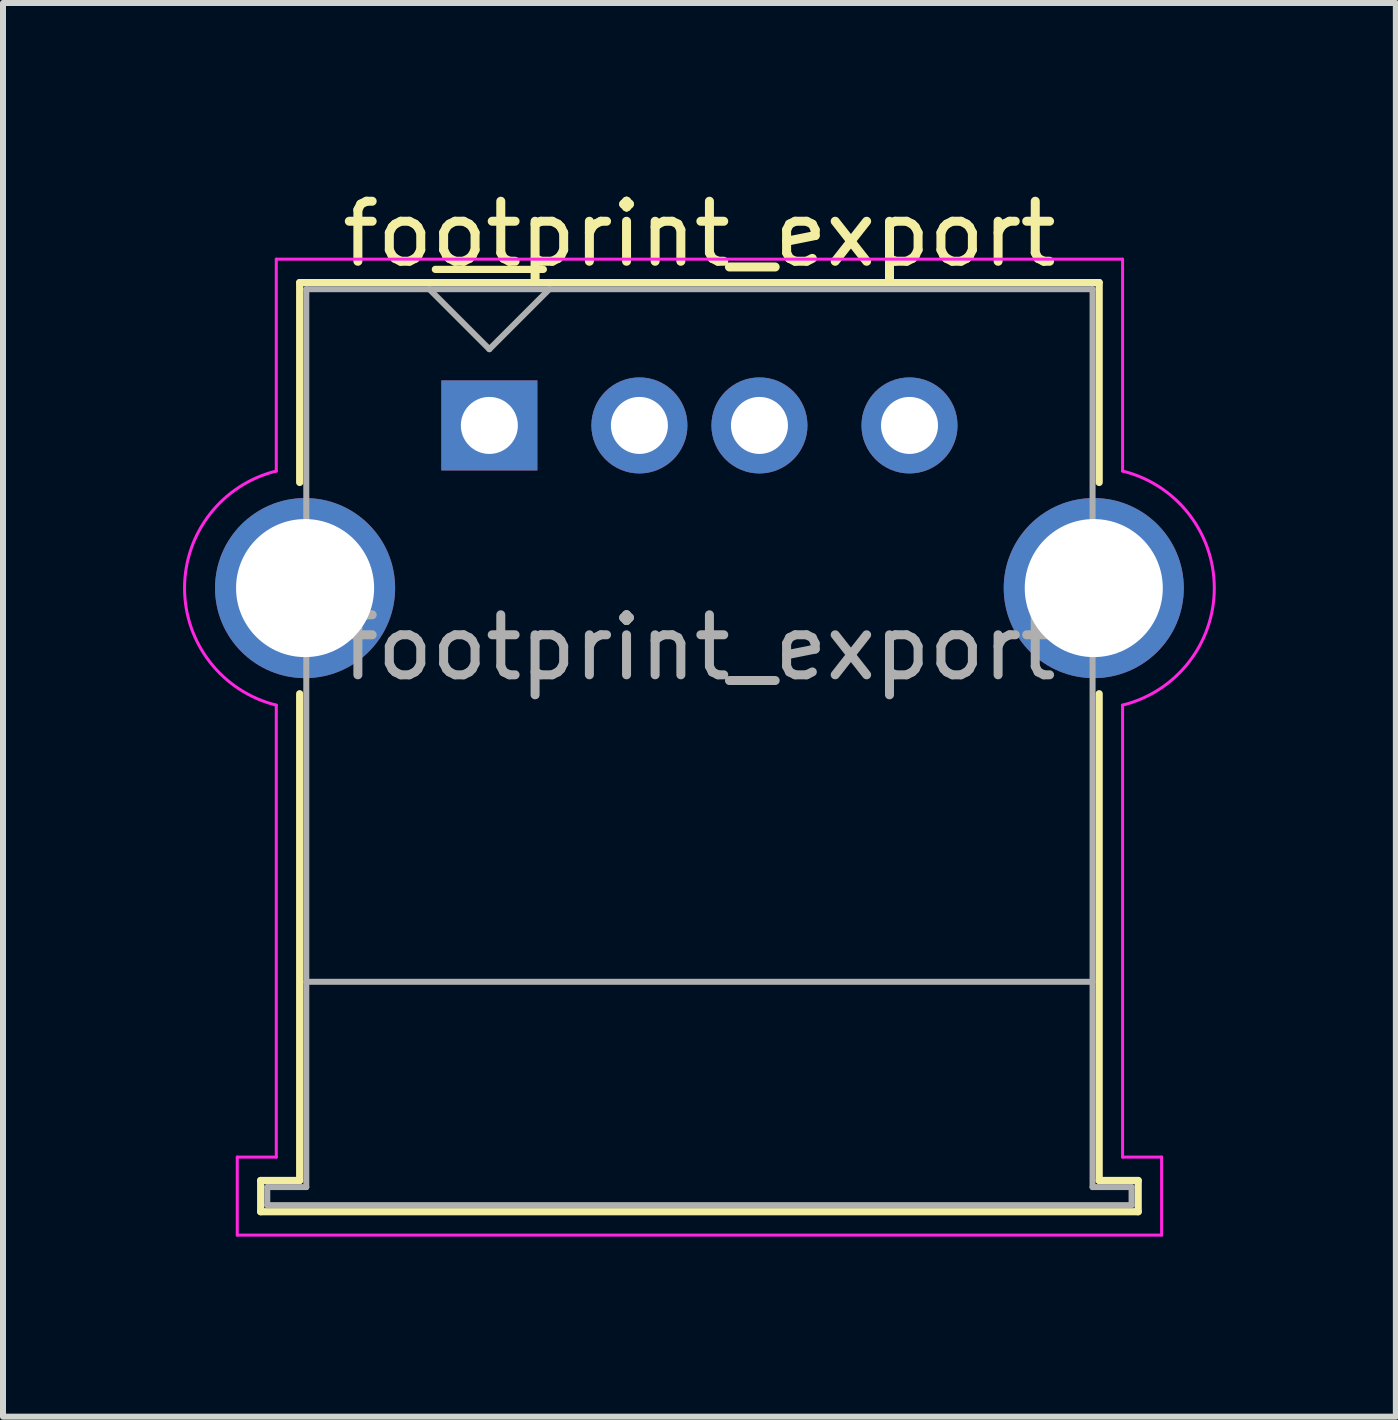
<source format=kicad_pcb>
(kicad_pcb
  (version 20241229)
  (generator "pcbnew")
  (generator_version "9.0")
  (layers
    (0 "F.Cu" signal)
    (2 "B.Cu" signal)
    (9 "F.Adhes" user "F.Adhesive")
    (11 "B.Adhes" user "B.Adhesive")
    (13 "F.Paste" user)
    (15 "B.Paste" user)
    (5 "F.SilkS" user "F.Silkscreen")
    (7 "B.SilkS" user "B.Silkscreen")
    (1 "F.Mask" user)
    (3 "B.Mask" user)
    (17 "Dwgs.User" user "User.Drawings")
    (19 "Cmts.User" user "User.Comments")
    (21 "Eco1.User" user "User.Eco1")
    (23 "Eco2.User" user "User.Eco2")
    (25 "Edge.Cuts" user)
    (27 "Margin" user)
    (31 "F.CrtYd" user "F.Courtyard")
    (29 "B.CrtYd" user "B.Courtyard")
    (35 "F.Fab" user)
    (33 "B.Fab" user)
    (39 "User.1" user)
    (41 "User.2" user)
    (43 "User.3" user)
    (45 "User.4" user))
  (footprint "footprint_export"
    (layer "F.Cu")
    (at 5.103 4.038)
    (property "Reference" "footprint_export" (at 3.5 -3.19 0) (layer "F.SilkS") (effects (font (size 1 1) (thickness 0.15))))
    (attr through_hole)
    (fp_line (start -3.81 12.58) (end -3.81 13.1) (stroke (width 0.12) (type solid)) (layer "F.SilkS"))
    (fp_line (start -3.81 13.1) (end 10.81 13.1) (stroke (width 0.12) (type solid)) (layer "F.SilkS"))
    (fp_line (start -3.16 -2.38) (end -3.16 0.95) (stroke (width 0.12) (type solid)) (layer "F.SilkS"))
    (fp_line (start -3.16 -2.38) (end 10.16 -2.38) (stroke (width 0.12) (type solid)) (layer "F.SilkS"))
    (fp_line (start -3.16 12.58) (end -3.81 12.58) (stroke (width 0.12) (type solid)) (layer "F.SilkS"))
    (fp_line (start -3.16 12.58) (end -3.16 4.47) (stroke (width 0.12) (type solid)) (layer "F.SilkS"))
    (fp_line (start -0.9 -2.6) (end 0.9 -2.6) (stroke (width 0.12) (type solid)) (layer "F.SilkS"))
    (fp_line (start 10.16 -2.38) (end 10.16 0.95) (stroke (width 0.12) (type solid)) (layer "F.SilkS"))
    (fp_line (start 10.16 4.47) (end 10.16 12.58) (stroke (width 0.12) (type solid)) (layer "F.SilkS"))
    (fp_line (start 10.81 12.58) (end 10.16 12.58) (stroke (width 0.12) (type solid)) (layer "F.SilkS"))
    (fp_line (start 10.81 13.1) (end 10.81 12.58) (stroke (width 0.12) (type solid)) (layer "F.SilkS"))
    (fp_line (start -4.2 12.19) (end -3.55 12.19) (stroke (width 0.05) (type solid)) (layer "F.CrtYd"))
    (fp_line (start -4.2 13.49) (end -4.2 12.19) (stroke (width 0.05) (type solid)) (layer "F.CrtYd"))
    (fp_line (start -4.2 13.49) (end 11.2 13.49) (stroke (width 0.05) (type solid)) (layer "F.CrtYd"))
    (fp_line (start -3.55 -2.77) (end -3.55 0.76) (stroke (width 0.05) (type solid)) (layer "F.CrtYd"))
    (fp_line (start -3.55 -2.77) (end 10.55 -2.77) (stroke (width 0.05) (type solid)) (layer "F.CrtYd"))
    (fp_line (start -3.55 12.19) (end -3.55 4.66) (stroke (width 0.05) (type solid)) (layer "F.CrtYd"))
    (fp_line (start 10.55 -2.77) (end 10.55 0.76) (stroke (width 0.05) (type solid)) (layer "F.CrtYd"))
    (fp_line (start 10.55 12.19) (end 10.55 4.66) (stroke (width 0.05) (type solid)) (layer "F.CrtYd"))
    (fp_line (start 11.2 12.19) (end 10.55 12.19) (stroke (width 0.05) (type solid)) (layer "F.CrtYd"))
    (fp_line (start 11.2 13.49) (end 11.2 12.19) (stroke (width 0.05) (type solid)) (layer "F.CrtYd"))
    (fp_arc (start -3.55 4.66) (mid -5.078208 2.71) (end -3.55 0.76) (stroke (width 0.05) (type solid)) (layer "F.CrtYd"))
    (fp_arc (start 10.55 0.76) (mid 12.078208 2.71) (end 10.55 4.66) (stroke (width 0.05) (type solid)) (layer "F.CrtYd"))
    (fp_line (start -3.7 12.69) (end -3.7 12.99) (stroke (width 0.1) (type solid)) (layer "F.Fab"))
    (fp_line (start -3.7 12.99) (end 10.7 12.99) (stroke (width 0.1) (type solid)) (layer "F.Fab"))
    (fp_line (start -3.05 -2.27) (end 10.05 -2.27) (stroke (width 0.1) (type solid)) (layer "F.Fab"))
    (fp_line (start -3.05 9.27) (end 10.05 9.27) (stroke (width 0.1) (type solid)) (layer "F.Fab"))
    (fp_line (start -3.05 12.69) (end -3.7 12.69) (stroke (width 0.1) (type solid)) (layer "F.Fab"))
    (fp_line (start -3.05 12.69) (end -3.05 -2.27) (stroke (width 0.1) (type solid)) (layer "F.Fab"))
    (fp_line (start -1 -2.27) (end 0 -1.27) (stroke (width 0.1) (type solid)) (layer "F.Fab"))
    (fp_line (start 0 -1.27) (end 1 -2.27) (stroke (width 0.1) (type solid)) (layer "F.Fab"))
    (fp_line (start 10.05 -2.27) (end 10.05 12.69) (stroke (width 0.1) (type solid)) (layer "F.Fab"))
    (fp_line (start 10.7 12.69) (end 10.05 12.69) (stroke (width 0.1) (type solid)) (layer "F.Fab"))
    (fp_line (start 10.7 12.99) (end 10.7 12.69) (stroke (width 0.1) (type solid)) (layer "F.Fab"))
    (fp_text user "${REFERENCE}" (at 3.5 3.7 0) (layer "F.Fab") (effects (font (size 1 1) (thickness 0.15))))
    (pad "1" thru_hole rect (at 0 0) (size 1.6 1.5) (drill 0.95) (layers "*.Cu" "*.Mask"))
    (pad "2" thru_hole circle (at 2.5 0) (size 1.6 1.6) (drill 0.95) (layers "*.Cu" "*.Mask"))
    (pad "3" thru_hole circle (at 4.5 0) (size 1.6 1.6) (drill 0.95) (layers "*.Cu" "*.Mask"))
    (pad "4" thru_hole circle (at 7 0) (size 1.6 1.6) (drill 0.95) (layers "*.Cu" "*.Mask"))
    (pad "5" thru_hole circle (at -3.07 2.71) (size 3 3) (drill 2.3) (layers "*.Cu" "*.Mask"))
    (pad "5" thru_hole circle (at 10.07 2.71) (size 3 3) (drill 2.3) (layers "*.Cu" "*.Mask")))
  (gr_rect
    (start -3 -3)
    (end 20.206 20.553)
    (stroke (width 0.1) (type default))
    (fill no)
    (layer "Edge.Cuts")))
</source>
